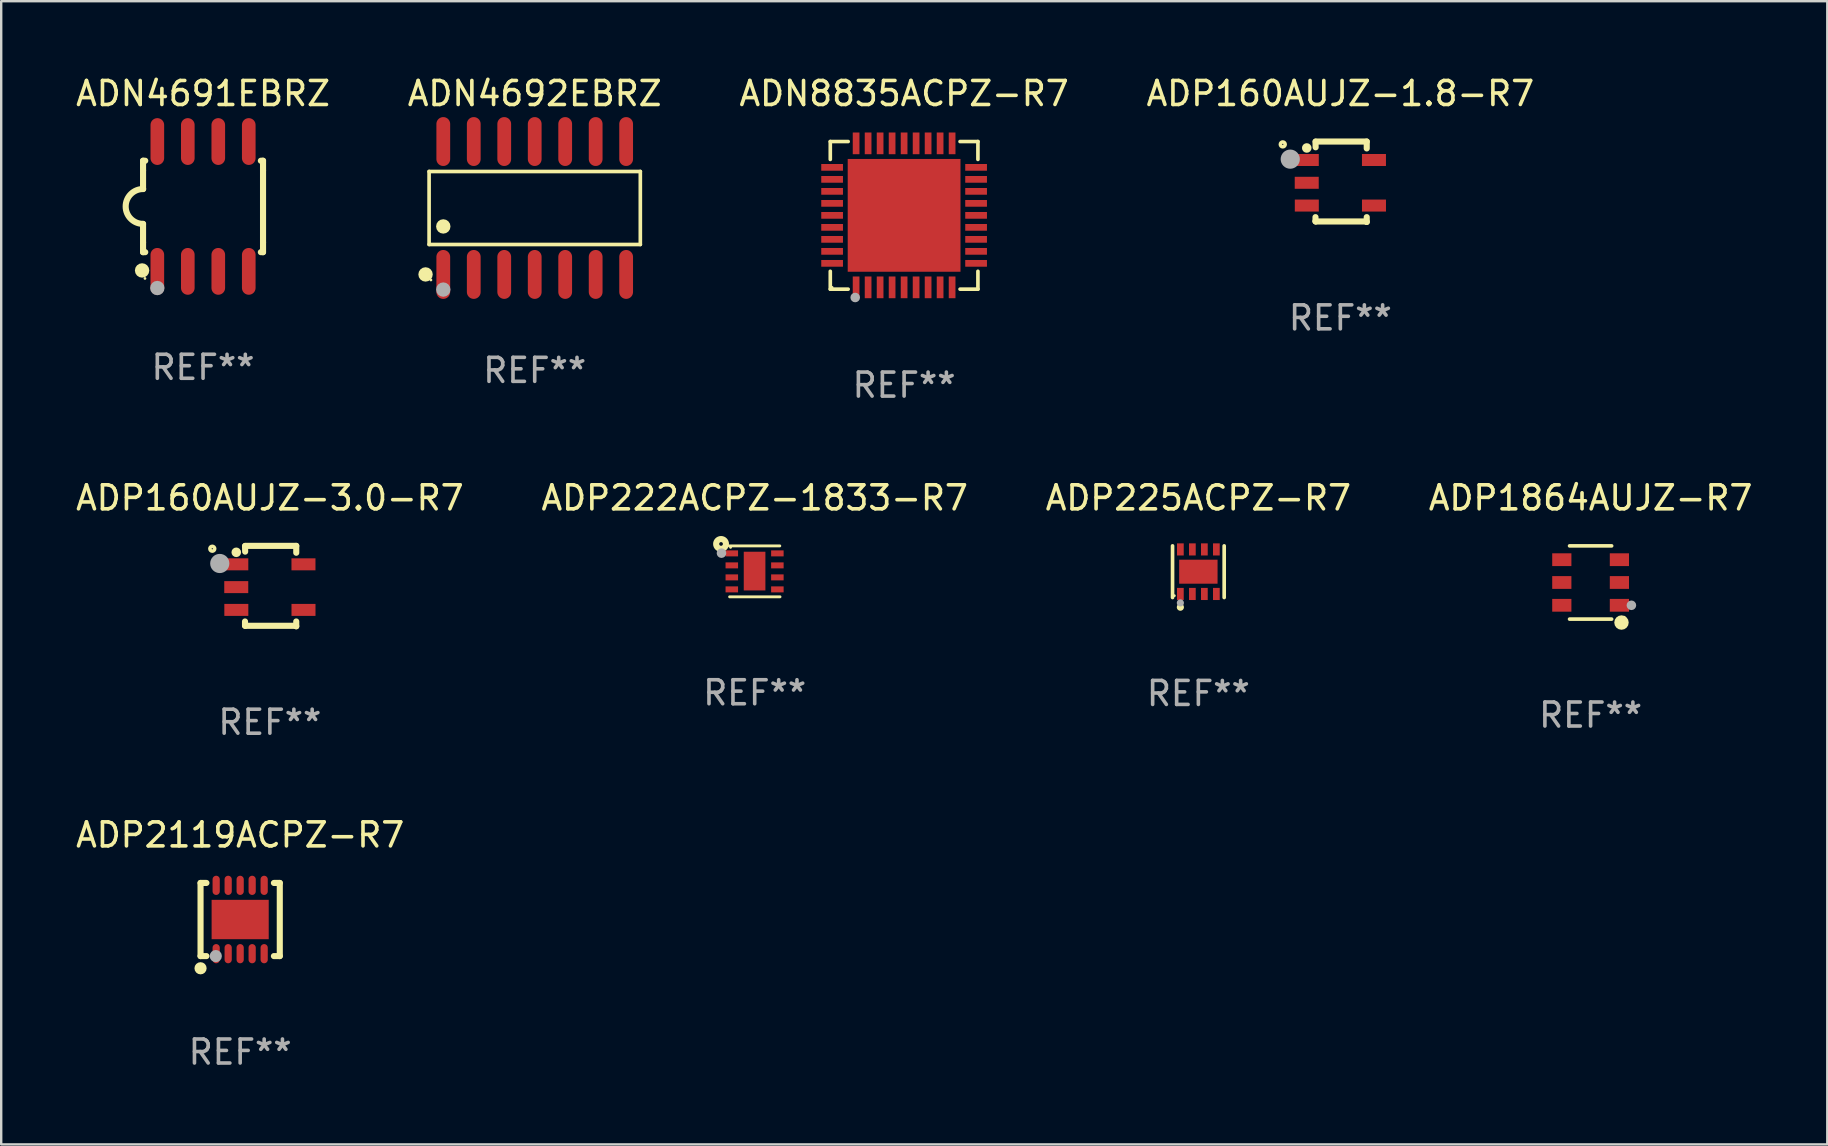
<source format=kicad_pcb>
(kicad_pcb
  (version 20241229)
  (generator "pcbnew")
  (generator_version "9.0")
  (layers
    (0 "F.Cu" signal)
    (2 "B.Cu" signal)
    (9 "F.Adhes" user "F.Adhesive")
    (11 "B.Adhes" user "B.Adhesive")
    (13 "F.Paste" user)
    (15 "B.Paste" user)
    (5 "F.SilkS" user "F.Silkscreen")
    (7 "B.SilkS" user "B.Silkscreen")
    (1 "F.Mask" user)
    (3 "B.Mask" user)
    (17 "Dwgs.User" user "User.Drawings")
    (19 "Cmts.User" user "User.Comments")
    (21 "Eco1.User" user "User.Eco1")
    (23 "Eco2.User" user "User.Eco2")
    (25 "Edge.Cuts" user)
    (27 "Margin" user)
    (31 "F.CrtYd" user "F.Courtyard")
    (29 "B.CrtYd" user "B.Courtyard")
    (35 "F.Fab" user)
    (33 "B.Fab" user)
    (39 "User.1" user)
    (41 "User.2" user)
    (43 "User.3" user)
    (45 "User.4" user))
  (footprint "ADN4692EBRZ"
    (layer "F.Cu")
    (at 19.232 5.617)
    (property "Reference" "ADN4692EBRZ" (at 0 -4.769 0) (layer "F.SilkS") (effects (font (size 1 1) (thickness 0.15))))
    (attr through_hole)
    (fp_line (start -4.401 -1.521) (end 4.401 -1.521) (stroke (width 0.152) (type solid)) (layer "F.SilkS"))
    (fp_line (start -4.401 1.521) (end -4.401 -1.521) (stroke (width 0.152) (type solid)) (layer "F.SilkS"))
    (fp_line (start 4.401 -1.521) (end 4.401 1.521) (stroke (width 0.152) (type solid)) (layer "F.SilkS"))
    (fp_line (start 4.401 1.521) (end -4.401 1.521) (stroke (width 0.152) (type solid)) (layer "F.SilkS"))
    (fp_circle (center -4.549 2.769) (end -4.399 2.769) (stroke (width 0.3) (type solid)) (fill no) (layer "F.SilkS"))
    (fp_circle (center -4.325 3) (end -4.295 3) (stroke (width 0.06) (type solid)) (fill no) (layer "F.SilkS"))
    (fp_circle (center -3.81 0.769) (end -3.66 0.769) (stroke (width 0.3) (type solid)) (fill no) (layer "F.SilkS"))
    (fp_circle (center -3.81 3.4) (end -3.66 3.4) (stroke (width 0.3) (type solid)) (fill no) (layer "F.Fab"))
    (fp_text user "REF**" (at 0 6.769 0) (layer "F.Fab") (effects (font (size 1 1) (thickness 0.15))))
    (pad "1" smd oval (at -3.81 2.769) (size 0.574 2.038) (layers "F.Cu" "F.Mask" "F.Paste"))
    (pad "2" smd oval (at -2.54 2.769) (size 0.574 2.038) (layers "F.Cu" "F.Mask" "F.Paste"))
    (pad "3" smd oval (at -1.27 2.769) (size 0.574 2.038) (layers "F.Cu" "F.Mask" "F.Paste"))
    (pad "4" smd oval (at 0 2.769) (size 0.574 2.038) (layers "F.Cu" "F.Mask" "F.Paste"))
    (pad "5" smd oval (at 1.27 2.769) (size 0.574 2.038) (layers "F.Cu" "F.Mask" "F.Paste"))
    (pad "6" smd oval (at 2.54 2.769) (size 0.574 2.038) (layers "F.Cu" "F.Mask" "F.Paste"))
    (pad "7" smd oval (at 3.81 2.769) (size 0.574 2.038) (layers "F.Cu" "F.Mask" "F.Paste"))
    (pad "8" smd oval (at 3.81 -2.769) (size 0.574 2.038) (layers "F.Cu" "F.Mask" "F.Paste"))
    (pad "9" smd oval (at 2.54 -2.769) (size 0.574 2.038) (layers "F.Cu" "F.Mask" "F.Paste"))
    (pad "10" smd oval (at 1.27 -2.769) (size 0.574 2.038) (layers "F.Cu" "F.Mask" "F.Paste"))
    (pad "11" smd oval (at 0 -2.769) (size 0.574 2.038) (layers "F.Cu" "F.Mask" "F.Paste"))
    (pad "12" smd oval (at -1.27 -2.769) (size 0.574 2.038) (layers "F.Cu" "F.Mask" "F.Paste"))
    (pad "13" smd oval (at -2.54 -2.769) (size 0.574 2.038) (layers "F.Cu" "F.Mask" "F.Paste"))
    (pad "14" smd oval (at -3.81 -2.769) (size 0.574 2.038) (layers "F.Cu" "F.Mask" "F.Paste")))
  (footprint "ADP160AUJZ-1.8-R7"
    (layer "F.Cu")
    (at 52.804 4.523)
    (property "Reference" "ADP160AUJZ-1.8-R7" (at 0 -3.675 0) (layer "F.SilkS") (effects (font (size 1 1) (thickness 0.15))))
    (attr through_hole)
    (fp_line (start -1.036 -1.67) (end -1.03 -1.435) (stroke (width 0.254) (type solid)) (layer "F.SilkS"))
    (fp_line (start -1.036 1.475) (end -1.036 1.646) (stroke (width 0.254) (type solid)) (layer "F.SilkS"))
    (fp_line (start -1.036 1.646) (end -1.027 1.656) (stroke (width 0.254) (type solid)) (layer "F.SilkS"))
    (fp_line (start -1.027 1.656) (end 1.08 1.656) (stroke (width 0.254) (type solid)) (layer "F.SilkS"))
    (fp_line (start 1.08 1.656) (end 1.099 1.675) (stroke (width 0.254) (type solid)) (layer "F.SilkS"))
    (fp_line (start 1.099 1.675) (end 1.099 1.475) (stroke (width 0.254) (type solid)) (layer "F.SilkS"))
    (fp_line (start 1.099 -1.675) (end -1.027 -1.675) (stroke (width 0.254) (type solid)) (layer "F.SilkS"))
    (fp_line (start 1.099 -1.388) (end 1.099 -1.675) (stroke (width 0.254) (type solid)) (layer "F.SilkS"))
    (fp_circle (center -2.4 -1.556) (end -2.3 -1.556) (stroke (width 0.15) (type solid)) (fill no) (layer "F.SilkS"))
    (fp_circle (center -1.4 -1.407) (end -1.3 -1.407) (stroke (width 0.2) (type solid)) (fill no) (layer "F.SilkS"))
    (fp_circle (center -2.088 -0.941) (end -1.888 -0.941) (stroke (width 0.4) (type solid)) (fill no) (layer "F.Fab"))
    (fp_text user "REF**" (at 0 5.675 0) (layer "F.Fab") (effects (font (size 1 1) (thickness 0.15))))
    (pad "1" smd rect (at -1.399 -0.906 270) (size 0.5 1) (layers "F.Cu" "F.Mask" "F.Paste"))
    (pad "2" smd rect (at -1.401 0.044 270) (size 0.5 1) (layers "F.Cu" "F.Mask" "F.Paste"))
    (pad "3" smd rect (at -1.398 0.993 270) (size 0.5 1) (layers "F.Cu" "F.Mask" "F.Paste"))
    (pad "4" smd rect (at 1.401 0.993 270) (size 0.5 1) (layers "F.Cu" "F.Mask" "F.Paste"))
    (pad "5" smd rect (at 1.4 -0.906 270) (size 0.5 1) (layers "F.Cu" "F.Mask" "F.Paste")))
  (footprint "ADP2119ACPZ-R7"
    (layer "F.Cu")
    (at 6.958 35.267)
    (property "Reference" "ADP2119ACPZ-R7" (at 0 -3.524 0) (layer "F.SilkS") (effects (font (size 1 1) (thickness 0.15))))
    (attr through_hole)
    (fp_line (start -1.651 -1.524) (end -1.651 1.524) (stroke (width 0.254) (type solid)) (layer "F.SilkS"))
    (fp_line (start -1.651 1.524) (end -1.406 1.524) (stroke (width 0.254) (type solid)) (layer "F.SilkS"))
    (fp_line (start -1.406 -1.524) (end -1.651 -1.524) (stroke (width 0.254) (type solid)) (layer "F.SilkS"))
    (fp_line (start 1.406 1.524) (end 1.651 1.524) (stroke (width 0.254) (type solid)) (layer "F.SilkS"))
    (fp_line (start 1.651 -1.524) (end 1.406 -1.524) (stroke (width 0.254) (type solid)) (layer "F.SilkS"))
    (fp_line (start 1.651 1.524) (end 1.651 -1.524) (stroke (width 0.254) (type solid)) (layer "F.SilkS"))
    (fp_circle (center -1.651 2.032) (end -1.524 2.032) (stroke (width 0.254) (type solid)) (fill no) (layer "F.SilkS"))
    (fp_circle (center -1.5 1.5) (end -1.47 1.5) (stroke (width 0.06) (type solid)) (fill no) (layer "F.SilkS"))
    (fp_circle (center -1.016 1.524) (end -0.889 1.524) (stroke (width 0.254) (type solid)) (fill no) (layer "F.Fab"))
    (fp_text user "REF**" (at 0 5.524 0) (layer "F.Fab") (effects (font (size 1 1) (thickness 0.15))))
    (pad "1" smd oval (at -1 1.424 90) (size 0.8 0.3) (layers "F.Cu" "F.Mask" "F.Paste"))
    (pad "2" smd oval (at -0.5 1.424 90) (size 0.8 0.3) (layers "F.Cu" "F.Mask" "F.Paste"))
    (pad "3" smd oval (at 0 1.424 90) (size 0.8 0.3) (layers "F.Cu" "F.Mask" "F.Paste"))
    (pad "4" smd oval (at 0.5 1.424 90) (size 0.8 0.3) (layers "F.Cu" "F.Mask" "F.Paste"))
    (pad "5" smd oval (at 1 1.424 90) (size 0.8 0.3) (layers "F.Cu" "F.Mask" "F.Paste"))
    (pad "6" smd oval (at 1 -1.424 90) (size 0.8 0.3) (layers "F.Cu" "F.Mask" "F.Paste"))
    (pad "7" smd oval (at 0.5 -1.424 90) (size 0.8 0.3) (layers "F.Cu" "F.Mask" "F.Paste"))
    (pad "8" smd oval (at 0 -1.424 90) (size 0.8 0.3) (layers "F.Cu" "F.Mask" "F.Paste"))
    (pad "9" smd oval (at -0.5 -1.424 90) (size 0.8 0.3) (layers "F.Cu" "F.Mask" "F.Paste"))
    (pad "10" smd oval (at -1 -1.424 90) (size 0.8 0.3) (layers "F.Cu" "F.Mask" "F.Paste"))
    (pad "11" smd rect (at 0 0 90) (size 1.64 2.38) (layers "F.Cu" "F.Mask" "F.Paste")))
  (footprint "ADN4691EBRZ"
    (layer "F.Cu")
    (at 5.411 5.553)
    (property "Reference" "ADN4691EBRZ" (at 0 -4.705 0) (layer "F.SilkS") (effects (font (size 1 1) (thickness 0.15))))
    (attr through_hole)
    (fp_line (start -2.5 -1.905) (end -2.409 -1.905) (stroke (width 0.254) (type solid)) (layer "F.SilkS"))
    (fp_line (start -2.5 -1.5) (end -2.5 -1.905) (stroke (width 0.254) (type solid)) (layer "F.SilkS"))
    (fp_line (start -2.5 -1.5) (end -2.5 -0.726) (stroke (width 0.254) (type solid)) (layer "F.SilkS"))
    (fp_line (start -2.5 1.5) (end -2.5 0.727) (stroke (width 0.254) (type solid)) (layer "F.SilkS"))
    (fp_line (start -2.5 1.5) (end -2.5 1.905) (stroke (width 0.254) (type solid)) (layer "F.SilkS"))
    (fp_line (start -2.5 1.905) (end -2.409 1.905) (stroke (width 0.254) (type solid)) (layer "F.SilkS"))
    (fp_line (start 2.5 -1.905) (end 2.409 -1.905) (stroke (width 0.254) (type solid)) (layer "F.SilkS"))
    (fp_line (start 2.5 -1.5) (end 2.5 -1.905) (stroke (width 0.254) (type solid)) (layer "F.SilkS"))
    (fp_line (start 2.5 -1.5) (end 2.5 1.5) (stroke (width 0.254) (type solid)) (layer "F.SilkS"))
    (fp_line (start 2.5 1.5) (end 2.5 1.905) (stroke (width 0.254) (type solid)) (layer "F.SilkS"))
    (fp_line (start 2.5 1.905) (end 2.409 1.905) (stroke (width 0.254) (type solid)) (layer "F.SilkS"))
    (fp_arc (start -2.5 0.726568) (mid -3.220316 -0.0023) (end -2.495097 -0.726289) (stroke (width 0.254001) (type solid)) (layer "F.SilkS"))
    (fp_circle (center -2.54 2.667) (end -2.39 2.667) (stroke (width 0.3) (type solid)) (fill no) (layer "F.SilkS"))
    (fp_circle (center -2.42 3) (end -2.39 3) (stroke (width 0.06) (type solid)) (fill no) (layer "F.SilkS"))
    (fp_circle (center -1.905 3.4) (end -1.755 3.4) (stroke (width 0.3) (type solid)) (fill no) (layer "F.Fab"))
    (fp_text user "REF**" (at 0 6.705 0) (layer "F.Fab") (effects (font (size 1 1) (thickness 0.15))))
    (pad "1" smd oval (at -1.905 2.705) (size 0.568 1.95) (layers "F.Cu" "F.Mask" "F.Paste"))
    (pad "2" smd oval (at -0.635 2.705) (size 0.568 1.95) (layers "F.Cu" "F.Mask" "F.Paste"))
    (pad "3" smd oval (at 0.635 2.705) (size 0.568 1.95) (layers "F.Cu" "F.Mask" "F.Paste"))
    (pad "4" smd oval (at 1.905 2.705) (size 0.568 1.95) (layers "F.Cu" "F.Mask" "F.Paste"))
    (pad "5" smd oval (at 1.905 -2.705) (size 0.568 1.95) (layers "F.Cu" "F.Mask" "F.Paste"))
    (pad "6" smd oval (at 0.635 -2.705) (size 0.568 1.95) (layers "F.Cu" "F.Mask" "F.Paste"))
    (pad "7" smd oval (at -0.635 -2.705) (size 0.568 1.95) (layers "F.Cu" "F.Mask" "F.Paste"))
    (pad "8" smd oval (at -1.905 -2.705) (size 0.568 1.95) (layers "F.Cu" "F.Mask" "F.Paste")))
  (footprint "ADP222ACPZ-1833-R7"
    (layer "F.Cu")
    (at 28.399 20.759)
    (property "Reference" "ADP222ACPZ-1833-R7" (at 0 -3.061 0) (layer "F.SilkS") (effects (font (size 1 1) (thickness 0.15))))
    (attr through_hole)
    (fp_line (start -1.045 1.061) (end 1.055 1.061) (stroke (width 0.12) (type solid)) (layer "F.SilkS"))
    (fp_line (start 1.046 -1.061) (end -1.055 -1.061) (stroke (width 0.12) (type solid)) (layer "F.SilkS"))
    (fp_circle (center -1.402 -1.142) (end -1.325 -1.142) (stroke (width 0.254) (type solid)) (fill no) (layer "F.SilkS"))
    (fp_circle (center -1.005 -0.999) (end -0.975 -0.999) (stroke (width 0.06) (type solid)) (fill no) (layer "F.SilkS"))
    (fp_circle (center -1.384 -0.759) (end -1.284 -0.759) (stroke (width 0.2) (type solid)) (fill no) (layer "F.Fab"))
    (fp_text user "REF**" (at 0 5.061 0) (layer "F.Fab") (effects (font (size 1 1) (thickness 0.15))))
    (pad "1" smd rect (at -0.954 -0.749) (size 0.521 0.25) (layers "F.Cu" "F.Mask" "F.Paste"))
    (pad "2" smd rect (at -0.954 -0.249) (size 0.521 0.25) (layers "F.Cu" "F.Mask" "F.Paste"))
    (pad "3" smd rect (at -0.954 0.251) (size 0.521 0.25) (layers "F.Cu" "F.Mask" "F.Paste"))
    (pad "4" smd rect (at -0.954 0.751) (size 0.521 0.25) (layers "F.Cu" "F.Mask" "F.Paste"))
    (pad "5" smd rect (at 0.945 0.751) (size 0.521 0.25) (layers "F.Cu" "F.Mask" "F.Paste"))
    (pad "6" smd rect (at 0.945 0.251) (size 0.521 0.25) (layers "F.Cu" "F.Mask" "F.Paste"))
    (pad "7" smd rect (at 0.945 -0.249) (size 0.521 0.25) (layers "F.Cu" "F.Mask" "F.Paste"))
    (pad "8" smd rect (at 0.945 -0.749) (size 0.521 0.25) (layers "F.Cu" "F.Mask" "F.Paste"))
    (pad "9" smd rect (at -0.005 -0.011) (size 0.902 1.613) (layers "F.Cu" "F.Mask" "F.Paste")))
  (footprint "ADP225ACPZ-R7"
    (layer "F.Cu")
    (at 46.887 20.773)
    (property "Reference" "ADP225ACPZ-R7" (at 0 -3.076 0) (layer "F.SilkS") (effects (font (size 1 1) (thickness 0.15))))
    (attr through_hole)
    (fp_line (start -1.076 1.076) (end -1.076 -1.076) (stroke (width 0.152) (type solid)) (layer "F.SilkS"))
    (fp_line (start 1.076 1.076) (end 1.076 -1.076) (stroke (width 0.152) (type solid)) (layer "F.SilkS"))
    (fp_circle (center -1 1) (end -0.97 1) (stroke (width 0.06) (type solid)) (fill no) (layer "F.SilkS"))
    (fp_circle (center -0.75 1.48) (end -0.675 1.48) (stroke (width 0.15) (type solid)) (fill no) (layer "F.SilkS"))
    (fp_circle (center -0.75 1.3) (end -0.675 1.3) (stroke (width 0.15) (type solid)) (fill no) (layer "F.Fab"))
    (fp_text user "REF**" (at 0 5.076 0) (layer "F.Fab") (effects (font (size 1 1) (thickness 0.15))))
    (pad "1" smd rect (at -0.75 0.928) (size 0.28 0.505) (layers "F.Cu" "F.Mask" "F.Paste"))
    (pad "2" smd rect (at -0.25 0.928) (size 0.28 0.505) (layers "F.Cu" "F.Mask" "F.Paste"))
    (pad "3" smd rect (at 0.25 0.928) (size 0.28 0.505) (layers "F.Cu" "F.Mask" "F.Paste"))
    (pad "4" smd rect (at 0.75 0.928) (size 0.28 0.505) (layers "F.Cu" "F.Mask" "F.Paste"))
    (pad "5" smd rect (at 0.75 -0.928) (size 0.28 0.505) (layers "F.Cu" "F.Mask" "F.Paste"))
    (pad "6" smd rect (at 0.25 -0.928) (size 0.28 0.505) (layers "F.Cu" "F.Mask" "F.Paste"))
    (pad "7" smd rect (at -0.25 -0.928) (size 0.28 0.505) (layers "F.Cu" "F.Mask" "F.Paste"))
    (pad "8" smd rect (at -0.75 -0.928) (size 0.28 0.505) (layers "F.Cu" "F.Mask" "F.Paste"))
    (pad "9" smd rect (at 0 0) (size 1.6 1) (layers "F.Cu" "F.Mask" "F.Paste")))
  (footprint "ADP1864AUJZ-R7"
    (layer "F.Cu")
    (at 63.232 21.223)
    (property "Reference" "ADP1864AUJZ-R7" (at 0 -3.526 0) (layer "F.SilkS") (effects (font (size 1 1) (thickness 0.15))))
    (attr through_hole)
    (fp_line (start 0.876 -1.526) (end -0.876 -1.526) (stroke (width 0.152) (type solid)) (layer "F.SilkS"))
    (fp_line (start 0.876 1.526) (end -0.876 1.526) (stroke (width 0.152) (type solid)) (layer "F.SilkS"))
    (fp_circle (center 1.287 1.669) (end 1.438 1.669) (stroke (width 0.3) (type solid)) (fill no) (layer "F.SilkS"))
    (fp_circle (center 1.4 1.45) (end 1.43 1.45) (stroke (width 0.06) (type solid)) (fill no) (layer "F.SilkS"))
    (fp_circle (center 1.7 0.95) (end 1.8 0.95) (stroke (width 0.2) (type solid)) (fill no) (layer "F.Fab"))
    (fp_text user "REF**" (at 0 5.526 0) (layer "F.Fab") (effects (font (size 1 1) (thickness 0.15))))
    (pad "1" smd rect (at 1.2 0.95) (size 0.8 0.532) (layers "F.Cu" "F.Mask" "F.Paste"))
    (pad "2" smd rect (at 1.2 0) (size 0.8 0.532) (layers "F.Cu" "F.Mask" "F.Paste"))
    (pad "3" smd rect (at 1.2 -0.95) (size 0.8 0.532) (layers "F.Cu" "F.Mask" "F.Paste"))
    (pad "4" smd rect (at -1.2 -0.95) (size 0.8 0.532) (layers "F.Cu" "F.Mask" "F.Paste"))
    (pad "5" smd rect (at -1.2 0) (size 0.8 0.532) (layers "F.Cu" "F.Mask" "F.Paste"))
    (pad "6" smd rect (at -1.2 0.95) (size 0.8 0.532) (layers "F.Cu" "F.Mask" "F.Paste")))
  (footprint "ADN8835ACPZ-R7"
    (layer "F.Cu")
    (at 34.625 5.924)
    (property "Reference" "ADN8835ACPZ-R7" (at 0 -5.076 0) (layer "F.SilkS") (effects (font (size 1 1) (thickness 0.15))))
    (attr through_hole)
    (fp_line (start -3.076 -3.076) (end -2.331 -3.076) (stroke (width 0.152) (type solid)) (layer "F.SilkS"))
    (fp_line (start -3.076 -2.331) (end -3.076 -3.076) (stroke (width 0.152) (type solid)) (layer "F.SilkS"))
    (fp_line (start -3.076 2.331) (end -3.076 3.076) (stroke (width 0.152) (type solid)) (layer "F.SilkS"))
    (fp_line (start -3.076 3.076) (end -2.331 3.076) (stroke (width 0.152) (type solid)) (layer "F.SilkS"))
    (fp_line (start 3.076 -3.076) (end 2.331 -3.076) (stroke (width 0.152) (type solid)) (layer "F.SilkS"))
    (fp_line (start 3.076 -2.331) (end 3.076 -3.076) (stroke (width 0.152) (type solid)) (layer "F.SilkS"))
    (fp_line (start 3.076 2.331) (end 3.076 3.076) (stroke (width 0.152) (type solid)) (layer "F.SilkS"))
    (fp_line (start 3.076 3.076) (end 2.331 3.076) (stroke (width 0.152) (type solid)) (layer "F.SilkS"))
    (fp_circle (center -3 3) (end -2.97 3) (stroke (width 0.06) (type solid)) (fill no) (layer "F.SilkS"))
    (fp_circle (center -2.038 3.423) (end -1.938 3.423) (stroke (width 0.2) (type solid)) (fill no) (layer "F.Fab"))
    (fp_text user "REF**" (at 0 7.076 0) (layer "F.Fab") (effects (font (size 1 1) (thickness 0.15))))
    (pad "1" smd rect (at -2 3) (size 0.28 0.905) (layers "F.Cu" "F.Mask" "F.Paste"))
    (pad "2" smd rect (at -1.5 3) (size 0.28 0.905) (layers "F.Cu" "F.Mask" "F.Paste"))
    (pad "3" smd rect (at -1 3) (size 0.28 0.905) (layers "F.Cu" "F.Mask" "F.Paste"))
    (pad "4" smd rect (at -0.5 3) (size 0.28 0.905) (layers "F.Cu" "F.Mask" "F.Paste"))
    (pad "5" smd rect (at 0 3) (size 0.28 0.905) (layers "F.Cu" "F.Mask" "F.Paste"))
    (pad "6" smd rect (at 0.5 3) (size 0.28 0.905) (layers "F.Cu" "F.Mask" "F.Paste"))
    (pad "7" smd rect (at 1 3) (size 0.28 0.905) (layers "F.Cu" "F.Mask" "F.Paste"))
    (pad "8" smd rect (at 1.5 3) (size 0.28 0.905) (layers "F.Cu" "F.Mask" "F.Paste"))
    (pad "9" smd rect (at 2 3) (size 0.28 0.905) (layers "F.Cu" "F.Mask" "F.Paste"))
    (pad "10" smd rect (at 3 2) (size 0.905 0.28) (layers "F.Cu" "F.Mask" "F.Paste"))
    (pad "11" smd rect (at 3 1.5) (size 0.905 0.28) (layers "F.Cu" "F.Mask" "F.Paste"))
    (pad "12" smd rect (at 3 1) (size 0.905 0.28) (layers "F.Cu" "F.Mask" "F.Paste"))
    (pad "13" smd rect (at 3 0.5) (size 0.905 0.28) (layers "F.Cu" "F.Mask" "F.Paste"))
    (pad "14" smd rect (at 3 0) (size 0.905 0.28) (layers "F.Cu" "F.Mask" "F.Paste"))
    (pad "15" smd rect (at 3 -0.5) (size 0.905 0.28) (layers "F.Cu" "F.Mask" "F.Paste"))
    (pad "16" smd rect (at 3 -1) (size 0.905 0.28) (layers "F.Cu" "F.Mask" "F.Paste"))
    (pad "17" smd rect (at 3 -1.5) (size 0.905 0.28) (layers "F.Cu" "F.Mask" "F.Paste"))
    (pad "18" smd rect (at 3 -2) (size 0.905 0.28) (layers "F.Cu" "F.Mask" "F.Paste"))
    (pad "19" smd rect (at 2 -3) (size 0.28 0.905) (layers "F.Cu" "F.Mask" "F.Paste"))
    (pad "20" smd rect (at 1.5 -3) (size 0.28 0.905) (layers "F.Cu" "F.Mask" "F.Paste"))
    (pad "21" smd rect (at 1 -3) (size 0.28 0.905) (layers "F.Cu" "F.Mask" "F.Paste"))
    (pad "22" smd rect (at 0.5 -3) (size 0.28 0.905) (layers "F.Cu" "F.Mask" "F.Paste"))
    (pad "23" smd rect (at 0 -3) (size 0.28 0.905) (layers "F.Cu" "F.Mask" "F.Paste"))
    (pad "24" smd rect (at -0.5 -3) (size 0.28 0.905) (layers "F.Cu" "F.Mask" "F.Paste"))
    (pad "25" smd rect (at -1 -3) (size 0.28 0.905) (layers "F.Cu" "F.Mask" "F.Paste"))
    (pad "26" smd rect (at -1.5 -3) (size 0.28 0.905) (layers "F.Cu" "F.Mask" "F.Paste"))
    (pad "27" smd rect (at -2 -3) (size 0.28 0.905) (layers "F.Cu" "F.Mask" "F.Paste"))
    (pad "28" smd rect (at -3 -2) (size 0.905 0.28) (layers "F.Cu" "F.Mask" "F.Paste"))
    (pad "29" smd rect (at -3 -1.5) (size 0.905 0.28) (layers "F.Cu" "F.Mask" "F.Paste"))
    (pad "30" smd rect (at -3 -1) (size 0.905 0.28) (layers "F.Cu" "F.Mask" "F.Paste"))
    (pad "31" smd rect (at -3 -0.5) (size 0.905 0.28) (layers "F.Cu" "F.Mask" "F.Paste"))
    (pad "32" smd rect (at -3 0) (size 0.905 0.28) (layers "F.Cu" "F.Mask" "F.Paste"))
    (pad "33" smd rect (at -3 0.5) (size 0.905 0.28) (layers "F.Cu" "F.Mask" "F.Paste"))
    (pad "34" smd rect (at -3 1) (size 0.905 0.28) (layers "F.Cu" "F.Mask" "F.Paste"))
    (pad "35" smd rect (at -3 1.5) (size 0.905 0.28) (layers "F.Cu" "F.Mask" "F.Paste"))
    (pad "36" smd rect (at -3 2) (size 0.905 0.28) (layers "F.Cu" "F.Mask" "F.Paste"))
    (pad "37" smd rect (at 0 0) (size 4.7 4.7) (layers "F.Cu" "F.Mask" "F.Paste")))
  (footprint "ADP160AUJZ-3.0-R7"
    (layer "F.Cu")
    (at 8.196 21.372)
    (property "Reference" "ADP160AUJZ-3.0-R7" (at 0 -3.675 0) (layer "F.SilkS") (effects (font (size 1 1) (thickness 0.15))))
    (attr through_hole)
    (fp_line (start -1.036 -1.67) (end -1.03 -1.435) (stroke (width 0.254) (type solid)) (layer "F.SilkS"))
    (fp_line (start -1.036 1.475) (end -1.036 1.646) (stroke (width 0.254) (type solid)) (layer "F.SilkS"))
    (fp_line (start -1.036 1.646) (end -1.027 1.656) (stroke (width 0.254) (type solid)) (layer "F.SilkS"))
    (fp_line (start -1.027 1.656) (end 1.08 1.656) (stroke (width 0.254) (type solid)) (layer "F.SilkS"))
    (fp_line (start 1.08 1.656) (end 1.099 1.675) (stroke (width 0.254) (type solid)) (layer "F.SilkS"))
    (fp_line (start 1.099 1.675) (end 1.099 1.475) (stroke (width 0.254) (type solid)) (layer "F.SilkS"))
    (fp_line (start 1.099 -1.675) (end -1.027 -1.675) (stroke (width 0.254) (type solid)) (layer "F.SilkS"))
    (fp_line (start 1.099 -1.388) (end 1.099 -1.675) (stroke (width 0.254) (type solid)) (layer "F.SilkS"))
    (fp_circle (center -2.4 -1.556) (end -2.3 -1.556) (stroke (width 0.15) (type solid)) (fill no) (layer "F.SilkS"))
    (fp_circle (center -1.4 -1.407) (end -1.3 -1.407) (stroke (width 0.2) (type solid)) (fill no) (layer "F.SilkS"))
    (fp_circle (center -2.088 -0.941) (end -1.888 -0.941) (stroke (width 0.4) (type solid)) (fill no) (layer "F.Fab"))
    (fp_text user "REF**" (at 0 5.675 0) (layer "F.Fab") (effects (font (size 1 1) (thickness 0.15))))
    (pad "1" smd rect (at -1.399 -0.906 270) (size 0.5 1) (layers "F.Cu" "F.Mask" "F.Paste"))
    (pad "2" smd rect (at -1.401 0.044 270) (size 0.5 1) (layers "F.Cu" "F.Mask" "F.Paste"))
    (pad "3" smd rect (at -1.398 0.993 270) (size 0.5 1) (layers "F.Cu" "F.Mask" "F.Paste"))
    (pad "4" smd rect (at 1.401 0.993 270) (size 0.5 1) (layers "F.Cu" "F.Mask" "F.Paste"))
    (pad "5" smd rect (at 1.4 -0.906 270) (size 0.5 1) (layers "F.Cu" "F.Mask" "F.Paste")))
  (gr_rect
    (start -3 -3)
    (end 73.095 44.639)
    (stroke (width 0.1) (type default))
    (fill no)
    (layer "Edge.Cuts")))
</source>
